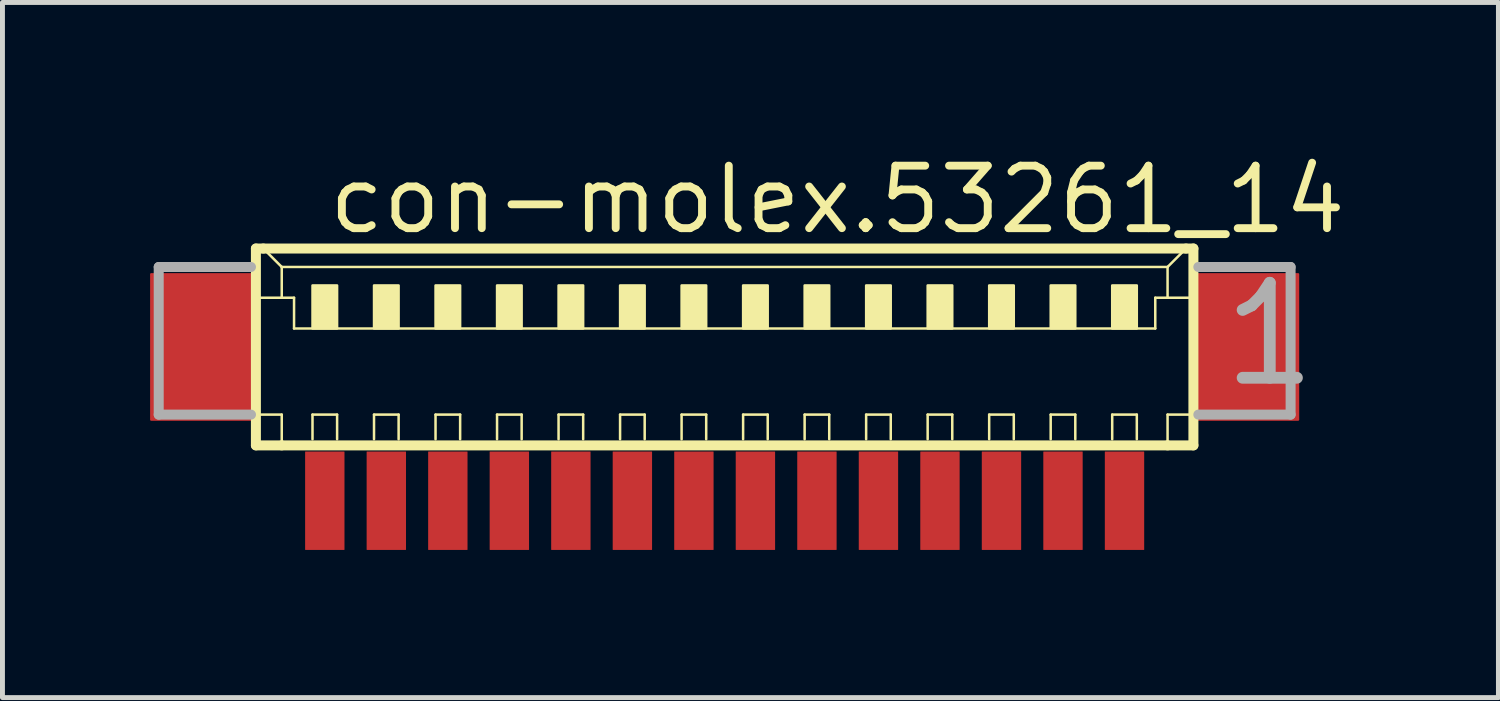
<source format=kicad_pcb>
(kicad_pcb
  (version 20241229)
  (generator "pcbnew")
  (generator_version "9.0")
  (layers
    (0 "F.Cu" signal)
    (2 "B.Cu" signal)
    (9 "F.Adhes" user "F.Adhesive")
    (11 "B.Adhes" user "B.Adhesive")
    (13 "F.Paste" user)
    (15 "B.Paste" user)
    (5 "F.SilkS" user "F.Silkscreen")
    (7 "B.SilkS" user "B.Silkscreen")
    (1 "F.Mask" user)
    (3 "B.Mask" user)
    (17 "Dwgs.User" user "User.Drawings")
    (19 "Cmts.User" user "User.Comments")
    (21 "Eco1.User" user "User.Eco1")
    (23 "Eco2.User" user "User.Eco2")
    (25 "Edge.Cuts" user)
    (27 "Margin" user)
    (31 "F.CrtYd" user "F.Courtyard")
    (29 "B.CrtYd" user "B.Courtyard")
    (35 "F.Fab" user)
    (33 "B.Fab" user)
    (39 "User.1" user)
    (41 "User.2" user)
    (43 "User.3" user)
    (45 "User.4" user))
  (footprint "con-molex.53261_14"
    (layer "F.Cu")
    (at 11.675 4.625)
    (property "Reference" "con-molex.53261_14" (at -8.125 -2.875 0) (layer "F.SilkS") (effects (font (size 1.27 1.27) (thickness 0.16)) (justify left bottom)))
    (attr smd)
    (fp_line (start -9.525 -2.625) (end -9.525 1.375) (stroke (width 0.203) (type default)) (layer "F.SilkS"))
    (fp_line (start -9.525 1.375) (end -9 1.375) (stroke (width 0.203) (type default)) (layer "F.SilkS"))
    (fp_line (start -9.5 -1.625) (end -9 -1.625) (stroke (width 0.051) (type default)) (layer "F.SilkS"))
    (fp_line (start -9.5 0.75) (end -9 0.75) (stroke (width 0.051) (type default)) (layer "F.SilkS"))
    (fp_line (start -9.375 -2.625) (end -9.525 -2.625) (stroke (width 0.203) (type default)) (layer "F.SilkS"))
    (fp_line (start -9 -2.25) (end -9.375 -2.625) (stroke (width 0.051) (type default)) (layer "F.SilkS"))
    (fp_line (start -9 -2.25) (end 9 -2.25) (stroke (width 0.051) (type default)) (layer "F.SilkS"))
    (fp_line (start -9 -1.625) (end -9 -2.25) (stroke (width 0.051) (type default)) (layer "F.SilkS"))
    (fp_line (start -9 -1.625) (end -8.75 -1.625) (stroke (width 0.051) (type default)) (layer "F.SilkS"))
    (fp_line (start -9 0.75) (end -9 1.375) (stroke (width 0.051) (type default)) (layer "F.SilkS"))
    (fp_line (start -9 1.375) (end 9 1.375) (stroke (width 0.203) (type default)) (layer "F.SilkS"))
    (fp_line (start -8.75 -1.625) (end -8.75 -1) (stroke (width 0.051) (type default)) (layer "F.SilkS"))
    (fp_line (start -8.75 -1) (end 8.75 -1) (stroke (width 0.051) (type default)) (layer "F.SilkS"))
    (fp_line (start -8.375 0.75) (end -7.875 0.75) (stroke (width 0.051) (type default)) (layer "F.SilkS"))
    (fp_line (start -8.375 1.25) (end -8.375 0.75) (stroke (width 0.051) (type default)) (layer "F.SilkS"))
    (fp_line (start -7.875 0.75) (end -7.875 1.25) (stroke (width 0.051) (type default)) (layer "F.SilkS"))
    (fp_line (start -7.125 0.75) (end -6.625 0.75) (stroke (width 0.051) (type default)) (layer "F.SilkS"))
    (fp_line (start -7.125 1.25) (end -7.125 0.75) (stroke (width 0.051) (type default)) (layer "F.SilkS"))
    (fp_line (start -6.625 0.75) (end -6.625 1.25) (stroke (width 0.051) (type default)) (layer "F.SilkS"))
    (fp_line (start -5.875 0.75) (end -5.375 0.75) (stroke (width 0.051) (type default)) (layer "F.SilkS"))
    (fp_line (start -5.875 1.25) (end -5.875 0.75) (stroke (width 0.051) (type default)) (layer "F.SilkS"))
    (fp_line (start -5.375 0.75) (end -5.375 1.25) (stroke (width 0.051) (type default)) (layer "F.SilkS"))
    (fp_line (start -4.625 0.75) (end -4.125 0.75) (stroke (width 0.051) (type default)) (layer "F.SilkS"))
    (fp_line (start -4.625 1.25) (end -4.625 0.75) (stroke (width 0.051) (type default)) (layer "F.SilkS"))
    (fp_line (start -4.125 0.75) (end -4.125 1.25) (stroke (width 0.051) (type default)) (layer "F.SilkS"))
    (fp_line (start -3.375 0.75) (end -2.875 0.75) (stroke (width 0.051) (type default)) (layer "F.SilkS"))
    (fp_line (start -3.375 1.25) (end -3.375 0.75) (stroke (width 0.051) (type default)) (layer "F.SilkS"))
    (fp_line (start -2.875 0.75) (end -2.875 1.25) (stroke (width 0.051) (type default)) (layer "F.SilkS"))
    (fp_line (start -2.125 0.75) (end -1.625 0.75) (stroke (width 0.051) (type default)) (layer "F.SilkS"))
    (fp_line (start -2.125 1.25) (end -2.125 0.75) (stroke (width 0.051) (type default)) (layer "F.SilkS"))
    (fp_line (start -1.625 0.75) (end -1.625 1.25) (stroke (width 0.051) (type default)) (layer "F.SilkS"))
    (fp_line (start -0.875 0.75) (end -0.375 0.75) (stroke (width 0.051) (type default)) (layer "F.SilkS"))
    (fp_line (start -0.875 1.25) (end -0.875 0.75) (stroke (width 0.051) (type default)) (layer "F.SilkS"))
    (fp_line (start -0.375 0.75) (end -0.375 1.25) (stroke (width 0.051) (type default)) (layer "F.SilkS"))
    (fp_line (start 0.375 0.75) (end 0.875 0.75) (stroke (width 0.051) (type default)) (layer "F.SilkS"))
    (fp_line (start 0.375 1.25) (end 0.375 0.75) (stroke (width 0.051) (type default)) (layer "F.SilkS"))
    (fp_line (start 0.875 0.75) (end 0.875 1.25) (stroke (width 0.051) (type default)) (layer "F.SilkS"))
    (fp_line (start 1.625 0.75) (end 2.125 0.75) (stroke (width 0.051) (type default)) (layer "F.SilkS"))
    (fp_line (start 1.625 1.25) (end 1.625 0.75) (stroke (width 0.051) (type default)) (layer "F.SilkS"))
    (fp_line (start 2.125 0.75) (end 2.125 1.25) (stroke (width 0.051) (type default)) (layer "F.SilkS"))
    (fp_line (start 2.875 0.75) (end 3.375 0.75) (stroke (width 0.051) (type default)) (layer "F.SilkS"))
    (fp_line (start 2.875 1.25) (end 2.875 0.75) (stroke (width 0.051) (type default)) (layer "F.SilkS"))
    (fp_line (start 3.375 0.75) (end 3.375 1.25) (stroke (width 0.051) (type default)) (layer "F.SilkS"))
    (fp_line (start 4.125 0.75) (end 4.625 0.75) (stroke (width 0.051) (type default)) (layer "F.SilkS"))
    (fp_line (start 4.125 1.25) (end 4.125 0.75) (stroke (width 0.051) (type default)) (layer "F.SilkS"))
    (fp_line (start 4.625 0.75) (end 4.625 1.25) (stroke (width 0.051) (type default)) (layer "F.SilkS"))
    (fp_line (start 5.375 0.75) (end 5.875 0.75) (stroke (width 0.051) (type default)) (layer "F.SilkS"))
    (fp_line (start 5.375 1.25) (end 5.375 0.75) (stroke (width 0.051) (type default)) (layer "F.SilkS"))
    (fp_line (start 5.875 0.75) (end 5.875 1.25) (stroke (width 0.051) (type default)) (layer "F.SilkS"))
    (fp_line (start 6.625 0.75) (end 7.125 0.75) (stroke (width 0.051) (type default)) (layer "F.SilkS"))
    (fp_line (start 6.625 1.25) (end 6.625 0.75) (stroke (width 0.051) (type default)) (layer "F.SilkS"))
    (fp_line (start 7.125 0.75) (end 7.125 1.25) (stroke (width 0.051) (type default)) (layer "F.SilkS"))
    (fp_line (start 7.875 0.75) (end 8.375 0.75) (stroke (width 0.051) (type default)) (layer "F.SilkS"))
    (fp_line (start 7.875 1.25) (end 7.875 0.75) (stroke (width 0.051) (type default)) (layer "F.SilkS"))
    (fp_line (start 8.375 0.75) (end 8.375 1.25) (stroke (width 0.051) (type default)) (layer "F.SilkS"))
    (fp_line (start 8.75 -1.625) (end 8.75 -1) (stroke (width 0.051) (type default)) (layer "F.SilkS"))
    (fp_line (start 8.75 -1.625) (end 9 -1.625) (stroke (width 0.051) (type default)) (layer "F.SilkS"))
    (fp_line (start 9 -2.25) (end 9 -1.625) (stroke (width 0.051) (type default)) (layer "F.SilkS"))
    (fp_line (start 9 -2.25) (end 9.375 -2.625) (stroke (width 0.051) (type default)) (layer "F.SilkS"))
    (fp_line (start 9 -1.625) (end 9.5 -1.625) (stroke (width 0.051) (type default)) (layer "F.SilkS"))
    (fp_line (start 9 0.75) (end 9 1.375) (stroke (width 0.051) (type default)) (layer "F.SilkS"))
    (fp_line (start 9 0.75) (end 9.5 0.75) (stroke (width 0.051) (type default)) (layer "F.SilkS"))
    (fp_line (start 9 1.375) (end 9.525 1.375) (stroke (width 0.203) (type default)) (layer "F.SilkS"))
    (fp_line (start 9.375 -2.625) (end -9.375 -2.625) (stroke (width 0.203) (type default)) (layer "F.SilkS"))
    (fp_line (start 9.525 -2.625) (end 9.375 -2.625) (stroke (width 0.203) (type default)) (layer "F.SilkS"))
    (fp_line (start 9.525 1.375) (end 9.525 -2.625) (stroke (width 0.203) (type default)) (layer "F.SilkS"))
    (fp_rect (start -8.375 -1) (end -7.875 -1.875) (stroke (width 0.05) (type default)) (fill yes) (layer "F.SilkS"))
    (fp_rect (start -7.125 -1) (end -6.625 -1.875) (stroke (width 0.05) (type default)) (fill yes) (layer "F.SilkS"))
    (fp_rect (start -5.875 -1) (end -5.375 -1.875) (stroke (width 0.05) (type default)) (fill yes) (layer "F.SilkS"))
    (fp_rect (start -4.625 -1) (end -4.125 -1.875) (stroke (width 0.05) (type default)) (fill yes) (layer "F.SilkS"))
    (fp_rect (start -3.375 -1) (end -2.875 -1.875) (stroke (width 0.05) (type default)) (fill yes) (layer "F.SilkS"))
    (fp_rect (start -2.125 -1) (end -1.625 -1.875) (stroke (width 0.05) (type default)) (fill yes) (layer "F.SilkS"))
    (fp_rect (start -0.875 -1) (end -0.375 -1.875) (stroke (width 0.05) (type default)) (fill yes) (layer "F.SilkS"))
    (fp_rect (start 0.375 -1) (end 0.875 -1.875) (stroke (width 0.05) (type default)) (fill yes) (layer "F.SilkS"))
    (fp_rect (start 1.625 -1) (end 2.125 -1.875) (stroke (width 0.05) (type default)) (fill yes) (layer "F.SilkS"))
    (fp_rect (start 2.875 -1) (end 3.375 -1.875) (stroke (width 0.05) (type default)) (fill yes) (layer "F.SilkS"))
    (fp_rect (start 4.125 -1) (end 4.625 -1.875) (stroke (width 0.05) (type default)) (fill yes) (layer "F.SilkS"))
    (fp_rect (start 5.375 -1) (end 5.875 -1.875) (stroke (width 0.05) (type default)) (fill yes) (layer "F.SilkS"))
    (fp_rect (start 6.625 -1) (end 7.125 -1.875) (stroke (width 0.05) (type default)) (fill yes) (layer "F.SilkS"))
    (fp_rect (start 7.875 -1) (end 8.375 -1.875) (stroke (width 0.05) (type default)) (fill yes) (layer "F.SilkS"))
    (fp_line (start -11.5 -2.25) (end -11.5 0.75) (stroke (width 0.203) (type default)) (layer "F.Fab"))
    (fp_line (start -11.5 0.75) (end -9.625 0.75) (stroke (width 0.203) (type default)) (layer "F.Fab"))
    (fp_line (start -9.625 -2.25) (end -11.5 -2.25) (stroke (width 0.203) (type default)) (layer "F.Fab"))
    (fp_line (start 9.625 0.75) (end 11.5 0.75) (stroke (width 0.203) (type default)) (layer "F.Fab"))
    (fp_line (start 11.5 -2.25) (end 9.625 -2.25) (stroke (width 0.203) (type default)) (layer "F.Fab"))
    (fp_line (start 11.5 0.75) (end 11.5 -2.25) (stroke (width 0.203) (type default)) (layer "F.Fab"))
    (fp_text user "1" (at 10 0.25 0) (layer "F.Fab") (effects (font (size 1.93 1.93) (thickness 0.24)) (justify left bottom)))
    (pad "1" smd roundrect (at 8.125 2.5) (size 0.8 2) (layers "F.Cu" "F.Mask" "F.Paste") (roundrect_rratio 0.01))
    (pad "2" smd roundrect (at 6.875 2.5) (size 0.8 2) (layers "F.Cu" "F.Mask" "F.Paste") (roundrect_rratio 0.01))
    (pad "3" smd roundrect (at 5.625 2.5) (size 0.8 2) (layers "F.Cu" "F.Mask" "F.Paste") (roundrect_rratio 0.01))
    (pad "4" smd roundrect (at 4.375 2.5) (size 0.8 2) (layers "F.Cu" "F.Mask" "F.Paste") (roundrect_rratio 0.01))
    (pad "5" smd roundrect (at 3.125 2.5) (size 0.8 2) (layers "F.Cu" "F.Mask" "F.Paste") (roundrect_rratio 0.01))
    (pad "6" smd roundrect (at 1.875 2.5) (size 0.8 2) (layers "F.Cu" "F.Mask" "F.Paste") (roundrect_rratio 0.01))
    (pad "7" smd roundrect (at 0.625 2.5) (size 0.8 2) (layers "F.Cu" "F.Mask" "F.Paste") (roundrect_rratio 0.01))
    (pad "8" smd roundrect (at -0.625 2.5) (size 0.8 2) (layers "F.Cu" "F.Mask" "F.Paste") (roundrect_rratio 0.01))
    (pad "9" smd roundrect (at -1.875 2.5) (size 0.8 2) (layers "F.Cu" "F.Mask" "F.Paste") (roundrect_rratio 0.01))
    (pad "10" smd roundrect (at -3.125 2.5) (size 0.8 2) (layers "F.Cu" "F.Mask" "F.Paste") (roundrect_rratio 0.01))
    (pad "11" smd roundrect (at -4.375 2.5) (size 0.8 2) (layers "F.Cu" "F.Mask" "F.Paste") (roundrect_rratio 0.01))
    (pad "12" smd roundrect (at -5.625 2.5) (size 0.8 2) (layers "F.Cu" "F.Mask" "F.Paste") (roundrect_rratio 0.01))
    (pad "13" smd roundrect (at -6.875 2.5) (size 0.8 2) (layers "F.Cu" "F.Mask" "F.Paste") (roundrect_rratio 0.01))
    (pad "14" smd roundrect (at -8.125 2.5) (size 0.8 2) (layers "F.Cu" "F.Mask" "F.Paste") (roundrect_rratio 0.01))
    (pad "S1" smd roundrect (at 10.625 -0.625) (size 2.1 3) (layers "F.Cu" "F.Mask" "F.Paste") (roundrect_rratio 0.01))
    (pad "S2" smd roundrect (at -10.625 -0.625) (size 2.1 3) (layers "F.Cu" "F.Mask" "F.Paste") (roundrect_rratio 0.01)))
  (gr_rect
    (start -3 -3)
    (end 27.398 11.125)
    (stroke (width 0.1) (type default))
    (fill no)
    (layer "Edge.Cuts")))
</source>
